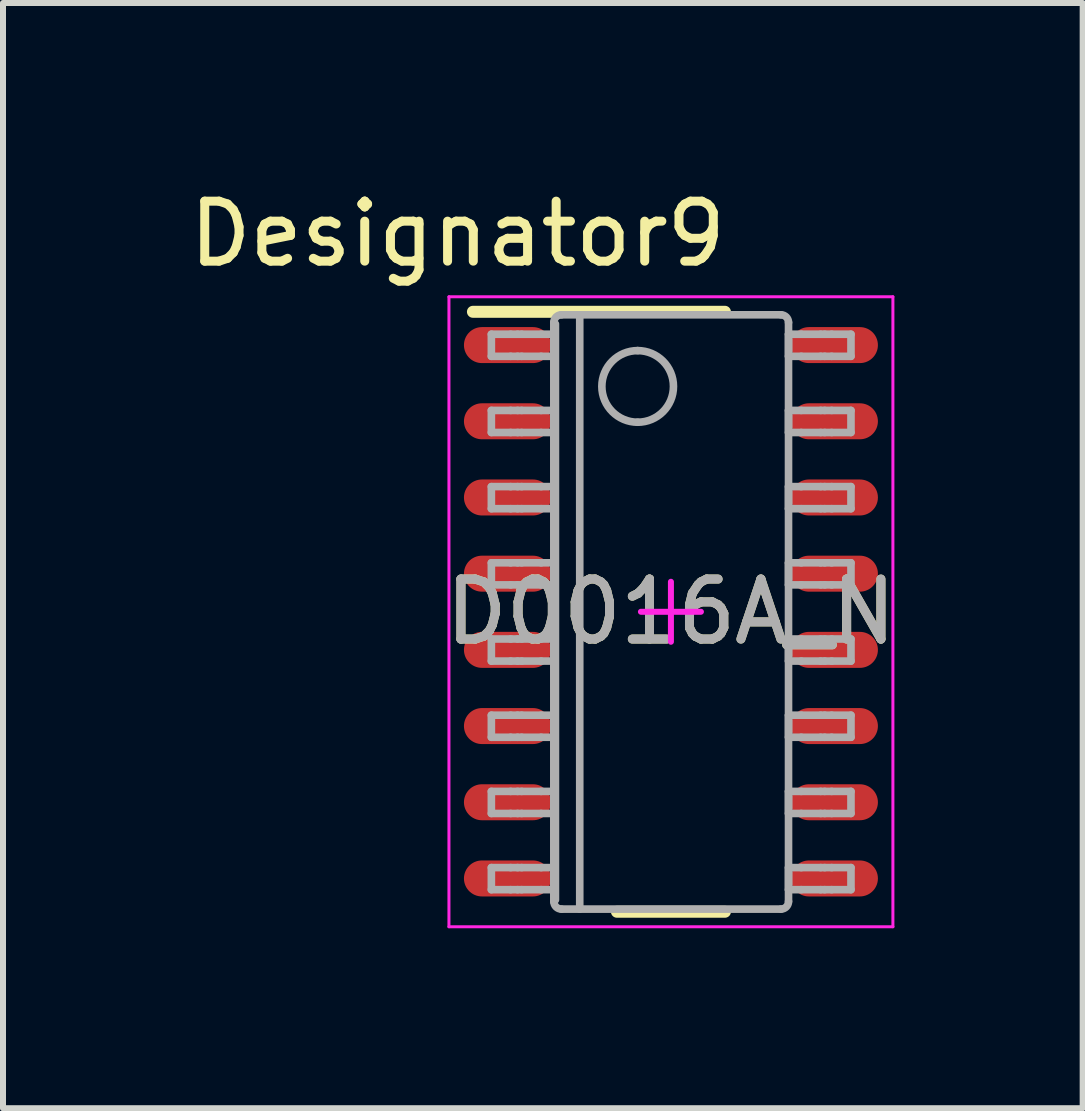
<source format=kicad_pcb>
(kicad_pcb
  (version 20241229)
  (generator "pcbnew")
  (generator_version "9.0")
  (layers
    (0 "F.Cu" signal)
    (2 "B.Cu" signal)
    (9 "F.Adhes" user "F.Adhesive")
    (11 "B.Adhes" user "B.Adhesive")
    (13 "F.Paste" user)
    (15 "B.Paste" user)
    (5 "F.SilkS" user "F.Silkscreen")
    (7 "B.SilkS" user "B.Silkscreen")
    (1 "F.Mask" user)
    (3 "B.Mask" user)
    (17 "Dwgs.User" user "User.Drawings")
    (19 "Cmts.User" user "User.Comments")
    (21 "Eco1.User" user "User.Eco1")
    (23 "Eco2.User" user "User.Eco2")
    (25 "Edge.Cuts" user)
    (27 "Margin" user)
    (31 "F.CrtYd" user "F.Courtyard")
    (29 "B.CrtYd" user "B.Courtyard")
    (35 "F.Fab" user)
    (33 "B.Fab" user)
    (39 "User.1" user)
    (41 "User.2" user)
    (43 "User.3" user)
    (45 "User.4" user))
  (footprint "D0016A_N"
    (layer "F.Cu")
    (at 8.133 7.147)
    (property "Reference" "D0016A_N" (at 0 0 0) (unlocked yes) (layer "F.SilkS") (effects (font (size 1 1) (thickness 0.15))))
    (attr smd)
    (fp_line (start -3.3 -5) (end 0.9 -5) (stroke (width 0.2) (type solid)) (layer "F.SilkS"))
    (fp_line (start -0.9 5) (end 0.9 5) (stroke (width 0.2) (type solid)) (layer "F.SilkS"))
    (fp_line (start -3.7 -5.25) (end 3.7 -5.25) (stroke (width 0.05) (type solid)) (layer "F.CrtYd"))
    (fp_line (start -3.7 5.25) (end -3.7 -5.25) (stroke (width 0.05) (type solid)) (layer "F.CrtYd"))
    (fp_line (start -3.7 5.25) (end 3.7 5.25) (stroke (width 0.05) (type solid)) (layer "F.CrtYd"))
    (fp_line (start -0.5 0) (end 0.5 0) (stroke (width 0.1) (type solid)) (layer "F.CrtYd"))
    (fp_line (start 0 0.5) (end 0 -0.5) (stroke (width 0.1) (type solid)) (layer "F.CrtYd"))
    (fp_line (start 3.7 5.25) (end 3.7 -5.25) (stroke (width 0.05) (type solid)) (layer "F.CrtYd"))
    (fp_line (start -2.993 -4.626) (end -2.671 -4.626) (stroke (width 0.127) (type solid)) (layer "F.Fab"))
    (fp_line (start -2.993 -4.258) (end -2.993 -4.626) (stroke (width 0.127) (type solid)) (layer "F.Fab"))
    (fp_line (start -2.993 -4.258) (end -2.671 -4.258) (stroke (width 0.127) (type solid)) (layer "F.Fab"))
    (fp_line (start -2.993 -3.356) (end -2.671 -3.356) (stroke (width 0.127) (type solid)) (layer "F.Fab"))
    (fp_line (start -2.993 -2.988) (end -2.993 -3.356) (stroke (width 0.127) (type solid)) (layer "F.Fab"))
    (fp_line (start -2.993 -2.988) (end -2.671 -2.988) (stroke (width 0.127) (type solid)) (layer "F.Fab"))
    (fp_line (start -2.993 -2.086) (end -2.671 -2.086) (stroke (width 0.127) (type solid)) (layer "F.Fab"))
    (fp_line (start -2.993 -1.718) (end -2.993 -2.086) (stroke (width 0.127) (type solid)) (layer "F.Fab"))
    (fp_line (start -2.993 -1.718) (end -2.671 -1.718) (stroke (width 0.127) (type solid)) (layer "F.Fab"))
    (fp_line (start -2.993 -0.816) (end -2.671 -0.816) (stroke (width 0.127) (type solid)) (layer "F.Fab"))
    (fp_line (start -2.993 -0.448) (end -2.993 -0.816) (stroke (width 0.127) (type solid)) (layer "F.Fab"))
    (fp_line (start -2.993 -0.448) (end -2.671 -0.448) (stroke (width 0.127) (type solid)) (layer "F.Fab"))
    (fp_line (start -2.993 0.454) (end -2.671 0.454) (stroke (width 0.127) (type solid)) (layer "F.Fab"))
    (fp_line (start -2.993 0.822) (end -2.993 0.454) (stroke (width 0.127) (type solid)) (layer "F.Fab"))
    (fp_line (start -2.993 0.822) (end -2.671 0.822) (stroke (width 0.127) (type solid)) (layer "F.Fab"))
    (fp_line (start -2.993 1.724) (end -2.671 1.724) (stroke (width 0.127) (type solid)) (layer "F.Fab"))
    (fp_line (start -2.993 2.092) (end -2.993 1.724) (stroke (width 0.127) (type solid)) (layer "F.Fab"))
    (fp_line (start -2.993 2.092) (end -2.671 2.092) (stroke (width 0.127) (type solid)) (layer "F.Fab"))
    (fp_line (start -2.993 2.994) (end -2.671 2.994) (stroke (width 0.127) (type solid)) (layer "F.Fab"))
    (fp_line (start -2.993 3.362) (end -2.993 2.994) (stroke (width 0.127) (type solid)) (layer "F.Fab"))
    (fp_line (start -2.993 3.362) (end -2.671 3.362) (stroke (width 0.127) (type solid)) (layer "F.Fab"))
    (fp_line (start -2.993 4.264) (end -2.671 4.264) (stroke (width 0.127) (type solid)) (layer "F.Fab"))
    (fp_line (start -2.993 4.632) (end -2.993 4.264) (stroke (width 0.127) (type solid)) (layer "F.Fab"))
    (fp_line (start -2.993 4.632) (end -2.671 4.632) (stroke (width 0.127) (type solid)) (layer "F.Fab"))
    (fp_line (start -2.671 -4.626) (end -2.555 -4.626) (stroke (width 0.127) (type solid)) (layer "F.Fab"))
    (fp_line (start -2.671 -4.258) (end -2.555 -4.258) (stroke (width 0.127) (type solid)) (layer "F.Fab"))
    (fp_line (start -2.671 -3.356) (end -2.555 -3.356) (stroke (width 0.127) (type solid)) (layer "F.Fab"))
    (fp_line (start -2.671 -2.988) (end -2.555 -2.988) (stroke (width 0.127) (type solid)) (layer "F.Fab"))
    (fp_line (start -2.671 -2.086) (end -2.555 -2.086) (stroke (width 0.127) (type solid)) (layer "F.Fab"))
    (fp_line (start -2.671 -1.718) (end -2.555 -1.718) (stroke (width 0.127) (type solid)) (layer "F.Fab"))
    (fp_line (start -2.671 -0.816) (end -2.555 -0.816) (stroke (width 0.127) (type solid)) (layer "F.Fab"))
    (fp_line (start -2.671 -0.448) (end -2.555 -0.448) (stroke (width 0.127) (type solid)) (layer "F.Fab"))
    (fp_line (start -2.671 0.454) (end -2.555 0.454) (stroke (width 0.127) (type solid)) (layer "F.Fab"))
    (fp_line (start -2.671 0.822) (end -2.555 0.822) (stroke (width 0.127) (type solid)) (layer "F.Fab"))
    (fp_line (start -2.671 1.724) (end -2.555 1.724) (stroke (width 0.127) (type solid)) (layer "F.Fab"))
    (fp_line (start -2.671 2.092) (end -2.555 2.092) (stroke (width 0.127) (type solid)) (layer "F.Fab"))
    (fp_line (start -2.671 2.994) (end -2.555 2.994) (stroke (width 0.127) (type solid)) (layer "F.Fab"))
    (fp_line (start -2.671 3.362) (end -2.555 3.362) (stroke (width 0.127) (type solid)) (layer "F.Fab"))
    (fp_line (start -2.671 4.264) (end -2.555 4.264) (stroke (width 0.127) (type solid)) (layer "F.Fab"))
    (fp_line (start -2.671 4.632) (end -2.555 4.632) (stroke (width 0.127) (type solid)) (layer "F.Fab"))
    (fp_line (start -2.555 -4.626) (end -2.488 -4.626) (stroke (width 0.127) (type solid)) (layer "F.Fab"))
    (fp_line (start -2.555 -4.258) (end -2.488 -4.258) (stroke (width 0.127) (type solid)) (layer "F.Fab"))
    (fp_line (start -2.555 -3.356) (end -2.488 -3.356) (stroke (width 0.127) (type solid)) (layer "F.Fab"))
    (fp_line (start -2.555 -2.988) (end -2.488 -2.988) (stroke (width 0.127) (type solid)) (layer "F.Fab"))
    (fp_line (start -2.555 -2.086) (end -2.488 -2.086) (stroke (width 0.127) (type solid)) (layer "F.Fab"))
    (fp_line (start -2.555 -1.718) (end -2.488 -1.718) (stroke (width 0.127) (type solid)) (layer "F.Fab"))
    (fp_line (start -2.555 -0.816) (end -2.488 -0.816) (stroke (width 0.127) (type solid)) (layer "F.Fab"))
    (fp_line (start -2.555 -0.448) (end -2.488 -0.448) (stroke (width 0.127) (type solid)) (layer "F.Fab"))
    (fp_line (start -2.555 0.454) (end -2.488 0.454) (stroke (width 0.127) (type solid)) (layer "F.Fab"))
    (fp_line (start -2.555 0.822) (end -2.488 0.822) (stroke (width 0.127) (type solid)) (layer "F.Fab"))
    (fp_line (start -2.555 1.724) (end -2.488 1.724) (stroke (width 0.127) (type solid)) (layer "F.Fab"))
    (fp_line (start -2.555 2.092) (end -2.488 2.092) (stroke (width 0.127) (type solid)) (layer "F.Fab"))
    (fp_line (start -2.555 2.994) (end -2.488 2.994) (stroke (width 0.127) (type solid)) (layer "F.Fab"))
    (fp_line (start -2.555 3.362) (end -2.488 3.362) (stroke (width 0.127) (type solid)) (layer "F.Fab"))
    (fp_line (start -2.555 4.264) (end -2.488 4.264) (stroke (width 0.127) (type solid)) (layer "F.Fab"))
    (fp_line (start -2.555 4.632) (end -2.488 4.632) (stroke (width 0.127) (type solid)) (layer "F.Fab"))
    (fp_line (start -2.488 -4.626) (end -2.163 -4.626) (stroke (width 0.127) (type solid)) (layer "F.Fab"))
    (fp_line (start -2.488 -4.258) (end -2.163 -4.258) (stroke (width 0.127) (type solid)) (layer "F.Fab"))
    (fp_line (start -2.488 -3.356) (end -2.163 -3.356) (stroke (width 0.127) (type solid)) (layer "F.Fab"))
    (fp_line (start -2.488 -2.988) (end -2.163 -2.988) (stroke (width 0.127) (type solid)) (layer "F.Fab"))
    (fp_line (start -2.488 -2.086) (end -2.163 -2.086) (stroke (width 0.127) (type solid)) (layer "F.Fab"))
    (fp_line (start -2.488 -1.718) (end -2.163 -1.718) (stroke (width 0.127) (type solid)) (layer "F.Fab"))
    (fp_line (start -2.488 -0.816) (end -2.163 -0.816) (stroke (width 0.127) (type solid)) (layer "F.Fab"))
    (fp_line (start -2.488 -0.448) (end -2.163 -0.448) (stroke (width 0.127) (type solid)) (layer "F.Fab"))
    (fp_line (start -2.488 0.454) (end -2.163 0.454) (stroke (width 0.127) (type solid)) (layer "F.Fab"))
    (fp_line (start -2.488 0.822) (end -2.163 0.822) (stroke (width 0.127) (type solid)) (layer "F.Fab"))
    (fp_line (start -2.488 1.724) (end -2.163 1.724) (stroke (width 0.127) (type solid)) (layer "F.Fab"))
    (fp_line (start -2.488 2.092) (end -2.163 2.092) (stroke (width 0.127) (type solid)) (layer "F.Fab"))
    (fp_line (start -2.488 2.994) (end -2.163 2.994) (stroke (width 0.127) (type solid)) (layer "F.Fab"))
    (fp_line (start -2.488 3.362) (end -2.163 3.362) (stroke (width 0.127) (type solid)) (layer "F.Fab"))
    (fp_line (start -2.488 4.264) (end -2.163 4.264) (stroke (width 0.127) (type solid)) (layer "F.Fab"))
    (fp_line (start -2.488 4.632) (end -2.163 4.632) (stroke (width 0.127) (type solid)) (layer "F.Fab"))
    (fp_line (start -2.163 -4.626) (end -1.952 -4.626) (stroke (width 0.127) (type solid)) (layer "F.Fab"))
    (fp_line (start -2.163 -4.258) (end -1.952 -4.258) (stroke (width 0.127) (type solid)) (layer "F.Fab"))
    (fp_line (start -2.163 -3.356) (end -1.952 -3.356) (stroke (width 0.127) (type solid)) (layer "F.Fab"))
    (fp_line (start -2.163 -2.988) (end -1.952 -2.988) (stroke (width 0.127) (type solid)) (layer "F.Fab"))
    (fp_line (start -2.163 -2.086) (end -1.952 -2.086) (stroke (width 0.127) (type solid)) (layer "F.Fab"))
    (fp_line (start -2.163 -1.718) (end -1.952 -1.718) (stroke (width 0.127) (type solid)) (layer "F.Fab"))
    (fp_line (start -2.163 -0.816) (end -1.952 -0.816) (stroke (width 0.127) (type solid)) (layer "F.Fab"))
    (fp_line (start -2.163 -0.448) (end -1.952 -0.448) (stroke (width 0.127) (type solid)) (layer "F.Fab"))
    (fp_line (start -2.163 0.454) (end -1.952 0.454) (stroke (width 0.127) (type solid)) (layer "F.Fab"))
    (fp_line (start -2.163 0.822) (end -1.952 0.822) (stroke (width 0.127) (type solid)) (layer "F.Fab"))
    (fp_line (start -2.163 1.724) (end -1.952 1.724) (stroke (width 0.127) (type solid)) (layer "F.Fab"))
    (fp_line (start -2.163 2.092) (end -1.952 2.092) (stroke (width 0.127) (type solid)) (layer "F.Fab"))
    (fp_line (start -2.163 2.994) (end -1.952 2.994) (stroke (width 0.127) (type solid)) (layer "F.Fab"))
    (fp_line (start -2.163 3.362) (end -1.952 3.362) (stroke (width 0.127) (type solid)) (layer "F.Fab"))
    (fp_line (start -2.163 4.264) (end -1.952 4.264) (stroke (width 0.127) (type solid)) (layer "F.Fab"))
    (fp_line (start -2.163 4.632) (end -1.952 4.632) (stroke (width 0.127) (type solid)) (layer "F.Fab"))
    (fp_line (start -1.952 -4.258) (end -1.952 -4.626) (stroke (width 0.127) (type solid)) (layer "F.Fab"))
    (fp_line (start -1.952 -2.988) (end -1.952 -3.356) (stroke (width 0.127) (type solid)) (layer "F.Fab"))
    (fp_line (start -1.952 -1.718) (end -1.952 -2.086) (stroke (width 0.127) (type solid)) (layer "F.Fab"))
    (fp_line (start -1.952 -0.448) (end -1.952 -0.816) (stroke (width 0.127) (type solid)) (layer "F.Fab"))
    (fp_line (start -1.952 0.822) (end -1.952 0.454) (stroke (width 0.127) (type solid)) (layer "F.Fab"))
    (fp_line (start -1.952 2.092) (end -1.952 1.724) (stroke (width 0.127) (type solid)) (layer "F.Fab"))
    (fp_line (start -1.952 3.362) (end -1.952 2.994) (stroke (width 0.127) (type solid)) (layer "F.Fab"))
    (fp_line (start -1.952 4.632) (end -1.952 4.264) (stroke (width 0.127) (type solid)) (layer "F.Fab"))
    (fp_line (start -1.952 4.829) (end -1.952 -4.823) (stroke (width 0.127) (type solid)) (layer "F.Fab"))
    (fp_line (start -1.925 4.803) (end -1.925 -4.797) (stroke (width 0.127) (type solid)) (layer "F.Fab"))
    (fp_line (start -1.825 -4.95) (end 1.834 -4.95) (stroke (width 0.127) (type solid)) (layer "F.Fab"))
    (fp_line (start -1.825 4.956) (end 1.834 4.956) (stroke (width 0.127) (type solid)) (layer "F.Fab"))
    (fp_line (start -1.52 4.956) (end -1.52 -4.95) (stroke (width 0.127) (type solid)) (layer "F.Fab"))
    (fp_line (start 1.96 -4.626) (end 2.172 -4.626) (stroke (width 0.127) (type solid)) (layer "F.Fab"))
    (fp_line (start 1.96 -4.258) (end 1.96 -4.626) (stroke (width 0.127) (type solid)) (layer "F.Fab"))
    (fp_line (start 1.96 -4.258) (end 2.172 -4.258) (stroke (width 0.127) (type solid)) (layer "F.Fab"))
    (fp_line (start 1.96 -3.356) (end 2.172 -3.356) (stroke (width 0.127) (type solid)) (layer "F.Fab"))
    (fp_line (start 1.96 -2.988) (end 1.96 -3.356) (stroke (width 0.127) (type solid)) (layer "F.Fab"))
    (fp_line (start 1.96 -2.988) (end 2.172 -2.988) (stroke (width 0.127) (type solid)) (layer "F.Fab"))
    (fp_line (start 1.96 -2.086) (end 2.172 -2.086) (stroke (width 0.127) (type solid)) (layer "F.Fab"))
    (fp_line (start 1.96 -1.718) (end 1.96 -2.086) (stroke (width 0.127) (type solid)) (layer "F.Fab"))
    (fp_line (start 1.96 -1.718) (end 2.172 -1.718) (stroke (width 0.127) (type solid)) (layer "F.Fab"))
    (fp_line (start 1.96 -0.816) (end 2.172 -0.816) (stroke (width 0.127) (type solid)) (layer "F.Fab"))
    (fp_line (start 1.96 -0.448) (end 1.96 -0.816) (stroke (width 0.127) (type solid)) (layer "F.Fab"))
    (fp_line (start 1.96 -0.448) (end 2.172 -0.448) (stroke (width 0.127) (type solid)) (layer "F.Fab"))
    (fp_line (start 1.96 0.454) (end 2.172 0.454) (stroke (width 0.127) (type solid)) (layer "F.Fab"))
    (fp_line (start 1.96 0.822) (end 1.96 0.454) (stroke (width 0.127) (type solid)) (layer "F.Fab"))
    (fp_line (start 1.96 0.822) (end 2.172 0.822) (stroke (width 0.127) (type solid)) (layer "F.Fab"))
    (fp_line (start 1.96 1.724) (end 2.172 1.724) (stroke (width 0.127) (type solid)) (layer "F.Fab"))
    (fp_line (start 1.96 2.092) (end 1.96 1.724) (stroke (width 0.127) (type solid)) (layer "F.Fab"))
    (fp_line (start 1.96 2.092) (end 2.172 2.092) (stroke (width 0.127) (type solid)) (layer "F.Fab"))
    (fp_line (start 1.96 2.994) (end 2.172 2.994) (stroke (width 0.127) (type solid)) (layer "F.Fab"))
    (fp_line (start 1.96 3.362) (end 1.96 2.994) (stroke (width 0.127) (type solid)) (layer "F.Fab"))
    (fp_line (start 1.96 3.362) (end 2.172 3.362) (stroke (width 0.127) (type solid)) (layer "F.Fab"))
    (fp_line (start 1.96 4.264) (end 2.172 4.264) (stroke (width 0.127) (type solid)) (layer "F.Fab"))
    (fp_line (start 1.96 4.632) (end 1.96 4.264) (stroke (width 0.127) (type solid)) (layer "F.Fab"))
    (fp_line (start 1.96 4.632) (end 2.172 4.632) (stroke (width 0.127) (type solid)) (layer "F.Fab"))
    (fp_line (start 1.96 4.829) (end 1.96 -4.823) (stroke (width 0.127) (type solid)) (layer "F.Fab"))
    (fp_line (start 2.172 -4.626) (end 2.497 -4.626) (stroke (width 0.127) (type solid)) (layer "F.Fab"))
    (fp_line (start 2.172 -4.258) (end 2.497 -4.258) (stroke (width 0.127) (type solid)) (layer "F.Fab"))
    (fp_line (start 2.172 -3.356) (end 2.497 -3.356) (stroke (width 0.127) (type solid)) (layer "F.Fab"))
    (fp_line (start 2.172 -2.988) (end 2.497 -2.988) (stroke (width 0.127) (type solid)) (layer "F.Fab"))
    (fp_line (start 2.172 -2.086) (end 2.497 -2.086) (stroke (width 0.127) (type solid)) (layer "F.Fab"))
    (fp_line (start 2.172 -1.718) (end 2.497 -1.718) (stroke (width 0.127) (type solid)) (layer "F.Fab"))
    (fp_line (start 2.172 -0.816) (end 2.497 -0.816) (stroke (width 0.127) (type solid)) (layer "F.Fab"))
    (fp_line (start 2.172 -0.448) (end 2.497 -0.448) (stroke (width 0.127) (type solid)) (layer "F.Fab"))
    (fp_line (start 2.172 0.454) (end 2.497 0.454) (stroke (width 0.127) (type solid)) (layer "F.Fab"))
    (fp_line (start 2.172 0.822) (end 2.497 0.822) (stroke (width 0.127) (type solid)) (layer "F.Fab"))
    (fp_line (start 2.172 1.724) (end 2.497 1.724) (stroke (width 0.127) (type solid)) (layer "F.Fab"))
    (fp_line (start 2.172 2.092) (end 2.497 2.092) (stroke (width 0.127) (type solid)) (layer "F.Fab"))
    (fp_line (start 2.172 2.994) (end 2.497 2.994) (stroke (width 0.127) (type solid)) (layer "F.Fab"))
    (fp_line (start 2.172 3.362) (end 2.497 3.362) (stroke (width 0.127) (type solid)) (layer "F.Fab"))
    (fp_line (start 2.172 4.264) (end 2.497 4.264) (stroke (width 0.127) (type solid)) (layer "F.Fab"))
    (fp_line (start 2.172 4.632) (end 2.497 4.632) (stroke (width 0.127) (type solid)) (layer "F.Fab"))
    (fp_line (start 2.497 -4.626) (end 2.563 -4.626) (stroke (width 0.127) (type solid)) (layer "F.Fab"))
    (fp_line (start 2.497 -4.258) (end 2.563 -4.258) (stroke (width 0.127) (type solid)) (layer "F.Fab"))
    (fp_line (start 2.497 -3.356) (end 2.563 -3.356) (stroke (width 0.127) (type solid)) (layer "F.Fab"))
    (fp_line (start 2.497 -2.988) (end 2.563 -2.988) (stroke (width 0.127) (type solid)) (layer "F.Fab"))
    (fp_line (start 2.497 -2.086) (end 2.563 -2.086) (stroke (width 0.127) (type solid)) (layer "F.Fab"))
    (fp_line (start 2.497 -1.718) (end 2.563 -1.718) (stroke (width 0.127) (type solid)) (layer "F.Fab"))
    (fp_line (start 2.497 -0.816) (end 2.563 -0.816) (stroke (width 0.127) (type solid)) (layer "F.Fab"))
    (fp_line (start 2.497 -0.448) (end 2.563 -0.448) (stroke (width 0.127) (type solid)) (layer "F.Fab"))
    (fp_line (start 2.497 0.454) (end 2.563 0.454) (stroke (width 0.127) (type solid)) (layer "F.Fab"))
    (fp_line (start 2.497 0.822) (end 2.563 0.822) (stroke (width 0.127) (type solid)) (layer "F.Fab"))
    (fp_line (start 2.497 1.724) (end 2.563 1.724) (stroke (width 0.127) (type solid)) (layer "F.Fab"))
    (fp_line (start 2.497 2.092) (end 2.563 2.092) (stroke (width 0.127) (type solid)) (layer "F.Fab"))
    (fp_line (start 2.497 2.994) (end 2.563 2.994) (stroke (width 0.127) (type solid)) (layer "F.Fab"))
    (fp_line (start 2.497 3.362) (end 2.563 3.362) (stroke (width 0.127) (type solid)) (layer "F.Fab"))
    (fp_line (start 2.497 4.264) (end 2.563 4.264) (stroke (width 0.127) (type solid)) (layer "F.Fab"))
    (fp_line (start 2.497 4.632) (end 2.563 4.632) (stroke (width 0.127) (type solid)) (layer "F.Fab"))
    (fp_line (start 2.563 -4.626) (end 2.679 -4.626) (stroke (width 0.127) (type solid)) (layer "F.Fab"))
    (fp_line (start 2.563 -4.258) (end 2.679 -4.258) (stroke (width 0.127) (type solid)) (layer "F.Fab"))
    (fp_line (start 2.563 -3.356) (end 2.679 -3.356) (stroke (width 0.127) (type solid)) (layer "F.Fab"))
    (fp_line (start 2.563 -2.988) (end 2.679 -2.988) (stroke (width 0.127) (type solid)) (layer "F.Fab"))
    (fp_line (start 2.563 -2.086) (end 2.679 -2.086) (stroke (width 0.127) (type solid)) (layer "F.Fab"))
    (fp_line (start 2.563 -1.718) (end 2.679 -1.718) (stroke (width 0.127) (type solid)) (layer "F.Fab"))
    (fp_line (start 2.563 -0.816) (end 2.679 -0.816) (stroke (width 0.127) (type solid)) (layer "F.Fab"))
    (fp_line (start 2.563 -0.448) (end 2.679 -0.448) (stroke (width 0.127) (type solid)) (layer "F.Fab"))
    (fp_line (start 2.563 0.454) (end 2.679 0.454) (stroke (width 0.127) (type solid)) (layer "F.Fab"))
    (fp_line (start 2.563 0.822) (end 2.679 0.822) (stroke (width 0.127) (type solid)) (layer "F.Fab"))
    (fp_line (start 2.563 1.724) (end 2.679 1.724) (stroke (width 0.127) (type solid)) (layer "F.Fab"))
    (fp_line (start 2.563 2.092) (end 2.679 2.092) (stroke (width 0.127) (type solid)) (layer "F.Fab"))
    (fp_line (start 2.563 2.994) (end 2.679 2.994) (stroke (width 0.127) (type solid)) (layer "F.Fab"))
    (fp_line (start 2.563 3.362) (end 2.679 3.362) (stroke (width 0.127) (type solid)) (layer "F.Fab"))
    (fp_line (start 2.563 4.264) (end 2.679 4.264) (stroke (width 0.127) (type solid)) (layer "F.Fab"))
    (fp_line (start 2.563 4.632) (end 2.679 4.632) (stroke (width 0.127) (type solid)) (layer "F.Fab"))
    (fp_line (start 2.679 -4.626) (end 3.001 -4.626) (stroke (width 0.127) (type solid)) (layer "F.Fab"))
    (fp_line (start 2.679 -4.258) (end 3.001 -4.258) (stroke (width 0.127) (type solid)) (layer "F.Fab"))
    (fp_line (start 2.679 -3.356) (end 3.001 -3.356) (stroke (width 0.127) (type solid)) (layer "F.Fab"))
    (fp_line (start 2.679 -2.988) (end 3.001 -2.988) (stroke (width 0.127) (type solid)) (layer "F.Fab"))
    (fp_line (start 2.679 -2.086) (end 3.001 -2.086) (stroke (width 0.127) (type solid)) (layer "F.Fab"))
    (fp_line (start 2.679 -1.718) (end 3.001 -1.718) (stroke (width 0.127) (type solid)) (layer "F.Fab"))
    (fp_line (start 2.679 -0.816) (end 3.001 -0.816) (stroke (width 0.127) (type solid)) (layer "F.Fab"))
    (fp_line (start 2.679 -0.448) (end 3.001 -0.448) (stroke (width 0.127) (type solid)) (layer "F.Fab"))
    (fp_line (start 2.679 0.454) (end 3.001 0.454) (stroke (width 0.127) (type solid)) (layer "F.Fab"))
    (fp_line (start 2.679 0.822) (end 3.001 0.822) (stroke (width 0.127) (type solid)) (layer "F.Fab"))
    (fp_line (start 2.679 1.724) (end 3.001 1.724) (stroke (width 0.127) (type solid)) (layer "F.Fab"))
    (fp_line (start 2.679 2.092) (end 3.001 2.092) (stroke (width 0.127) (type solid)) (layer "F.Fab"))
    (fp_line (start 2.679 2.994) (end 3.001 2.994) (stroke (width 0.127) (type solid)) (layer "F.Fab"))
    (fp_line (start 2.679 3.362) (end 3.001 3.362) (stroke (width 0.127) (type solid)) (layer "F.Fab"))
    (fp_line (start 2.679 4.264) (end 3.001 4.264) (stroke (width 0.127) (type solid)) (layer "F.Fab"))
    (fp_line (start 2.679 4.632) (end 3.001 4.632) (stroke (width 0.127) (type solid)) (layer "F.Fab"))
    (fp_line (start 3.001 -4.258) (end 3.001 -4.626) (stroke (width 0.127) (type solid)) (layer "F.Fab"))
    (fp_line (start 3.001 -2.988) (end 3.001 -3.356) (stroke (width 0.127) (type solid)) (layer "F.Fab"))
    (fp_line (start 3.001 -1.718) (end 3.001 -2.086) (stroke (width 0.127) (type solid)) (layer "F.Fab"))
    (fp_line (start 3.001 -0.448) (end 3.001 -0.816) (stroke (width 0.127) (type solid)) (layer "F.Fab"))
    (fp_line (start 3.001 0.822) (end 3.001 0.454) (stroke (width 0.127) (type solid)) (layer "F.Fab"))
    (fp_line (start 3.001 2.092) (end 3.001 1.724) (stroke (width 0.127) (type solid)) (layer "F.Fab"))
    (fp_line (start 3.001 3.362) (end 3.001 2.994) (stroke (width 0.127) (type solid)) (layer "F.Fab"))
    (fp_line (start 3.001 4.632) (end 3.001 4.264) (stroke (width 0.127) (type solid)) (layer "F.Fab"))
    (fp_arc (start -1.951542 -4.823482) (mid -1.914335 -4.91281) (end -1.824999 -4.949999) (stroke (width 0.127) (type solid)) (layer "F.Fab"))
    (fp_arc (start -1.824999 4.955999) (mid -1.91434 4.918797) (end -1.951542 4.829456) (stroke (width 0.127) (type solid)) (layer "F.Fab"))
    (fp_arc (start -0.554543 -4.3531) (mid 0.042357 -3.7562) (end -0.554543 -3.1593) (stroke (width 0.127) (type solid)) (layer "F.Fab"))
    (fp_arc (start -0.554543 -3.1593) (mid -1.151443 -3.7562) (end -0.554543 -4.3531) (stroke (width 0.127) (type solid)) (layer "F.Fab"))
    (fp_arc (start 1.833539 -4.949999) (mid 1.922862 -4.912805) (end 1.960056 -4.823482) (stroke (width 0.127) (type solid)) (layer "F.Fab"))
    (fp_arc (start 1.960056 4.829456) (mid 1.922867 4.918792) (end 1.833539 4.955999) (stroke (width 0.127) (type solid)) (layer "F.Fab"))
    (fp_text user "Designator9" (at -3.556 -6.299 0) (unlocked yes) (layer "F.SilkS") (effects (font (size 1 1) (thickness 0.15))))
    (fp_text user "${REFERENCE}" (at 0 0 0) (unlocked yes) (layer "F.Fab") (effects (font (size 1 1) (thickness 0.15))))
    (pad "1" smd oval (at -2.725 -4.445 90) (size 0.6 1.45) (layers "F.Cu" "F.Mask" "F.Paste"))
    (pad "2" smd oval (at -2.725 -3.175 90) (size 0.6 1.45) (layers "F.Cu" "F.Mask" "F.Paste"))
    (pad "3" smd oval (at -2.725 -1.905 90) (size 0.6 1.45) (layers "F.Cu" "F.Mask" "F.Paste"))
    (pad "4" smd oval (at -2.725 -0.635 90) (size 0.6 1.45) (layers "F.Cu" "F.Mask" "F.Paste"))
    (pad "5" smd oval (at -2.725 0.635 90) (size 0.6 1.45) (layers "F.Cu" "F.Mask" "F.Paste"))
    (pad "6" smd oval (at -2.725 1.905 90) (size 0.6 1.45) (layers "F.Cu" "F.Mask" "F.Paste"))
    (pad "7" smd oval (at -2.725 3.175 90) (size 0.6 1.45) (layers "F.Cu" "F.Mask" "F.Paste"))
    (pad "8" smd oval (at -2.725 4.445 90) (size 0.6 1.45) (layers "F.Cu" "F.Mask" "F.Paste"))
    (pad "9" smd oval (at 2.725 4.445 90) (size 0.6 1.45) (layers "F.Cu" "F.Mask" "F.Paste"))
    (pad "10" smd oval (at 2.725 3.175 90) (size 0.6 1.45) (layers "F.Cu" "F.Mask" "F.Paste"))
    (pad "11" smd oval (at 2.725 1.905 90) (size 0.6 1.45) (layers "F.Cu" "F.Mask" "F.Paste"))
    (pad "12" smd oval (at 2.725 0.635 90) (size 0.6 1.45) (layers "F.Cu" "F.Mask" "F.Paste"))
    (pad "13" smd oval (at 2.725 -0.635 90) (size 0.6 1.45) (layers "F.Cu" "F.Mask" "F.Paste"))
    (pad "14" smd oval (at 2.725 -1.905 90) (size 0.6 1.45) (layers "F.Cu" "F.Mask" "F.Paste"))
    (pad "15" smd oval (at 2.725 -3.175 90) (size 0.6 1.45) (layers "F.Cu" "F.Mask" "F.Paste"))
    (pad "16" smd oval (at 2.725 -4.445 90) (size 0.6 1.45) (layers "F.Cu" "F.Mask" "F.Paste")))
  (gr_rect
    (start -3 -3)
    (end 14.996 15.422)
    (stroke (width 0.1) (type default))
    (fill no)
    (layer "Edge.Cuts")))
</source>
